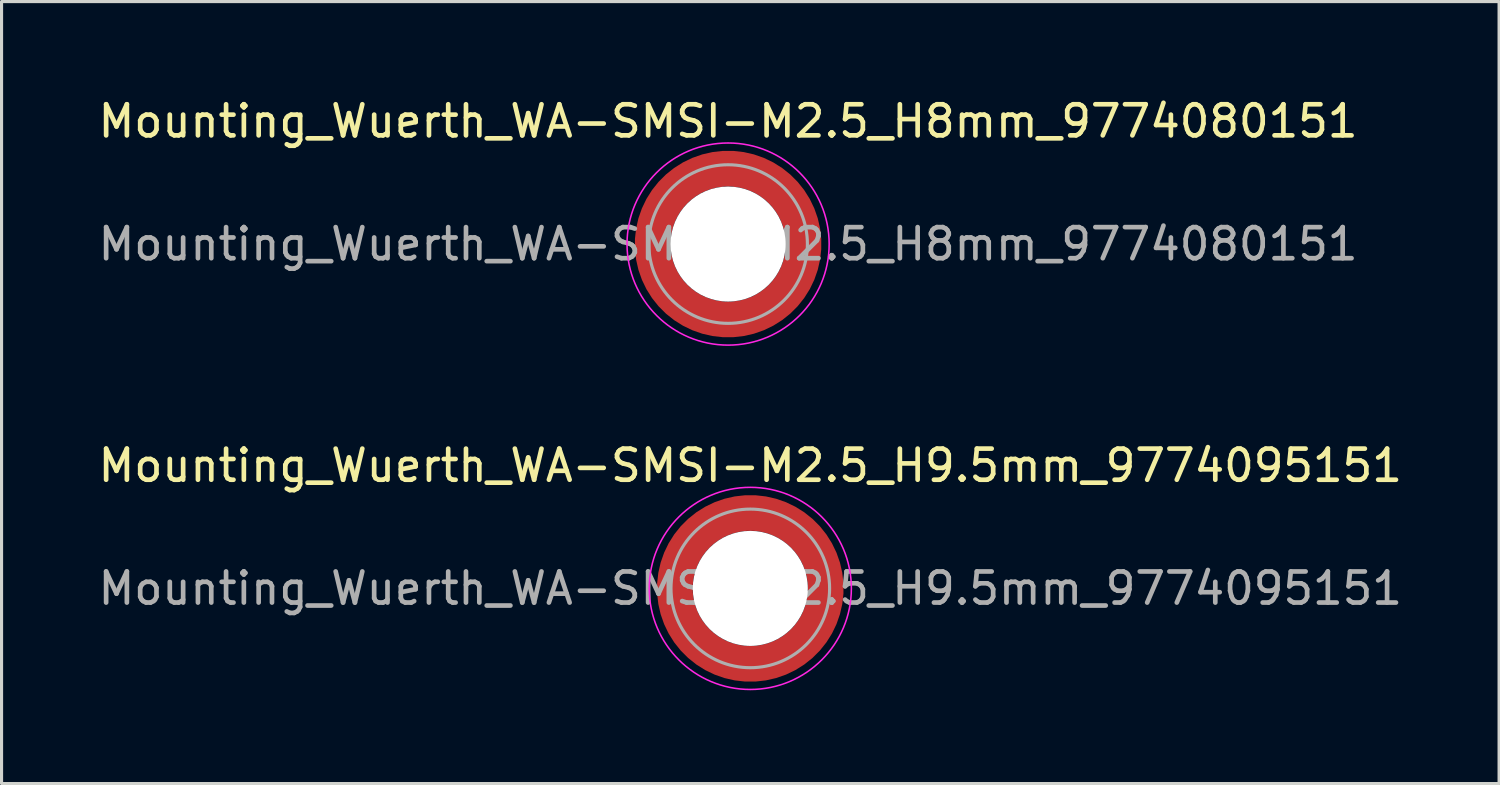
<source format=kicad_pcb>
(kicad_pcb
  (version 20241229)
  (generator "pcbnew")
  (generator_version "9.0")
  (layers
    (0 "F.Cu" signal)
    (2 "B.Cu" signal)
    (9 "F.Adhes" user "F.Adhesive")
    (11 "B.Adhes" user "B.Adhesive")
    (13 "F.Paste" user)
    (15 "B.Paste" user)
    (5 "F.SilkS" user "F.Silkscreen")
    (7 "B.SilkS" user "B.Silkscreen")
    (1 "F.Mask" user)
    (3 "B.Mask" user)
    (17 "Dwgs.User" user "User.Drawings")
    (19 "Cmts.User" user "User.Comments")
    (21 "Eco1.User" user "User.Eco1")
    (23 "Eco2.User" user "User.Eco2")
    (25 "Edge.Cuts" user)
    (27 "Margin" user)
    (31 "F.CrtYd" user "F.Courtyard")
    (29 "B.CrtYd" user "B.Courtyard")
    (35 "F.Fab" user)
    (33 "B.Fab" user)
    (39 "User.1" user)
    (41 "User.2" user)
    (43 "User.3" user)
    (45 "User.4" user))
  (footprint "Mounting_Wuerth_WA-SMSI-M2.5_H9.5mm_9774095151"
    (layer "F.Cu")
    (at 21.077 15.871)
    (property "Reference" "Mounting_Wuerth_WA-SMSI-M2.5_H9.5mm_9774095151" (at 0 -3.95 0) (layer "F.SilkS") (effects (font (size 1 1) (thickness 0.15))))
    (attr smd allow_soldermask_bridges)
    (fp_circle (center 0 0) (end 3.25 0) (stroke (width 0.05) (type solid)) (fill no) (layer "F.CrtYd"))
    (fp_circle (center 0 0) (end 2.55 0) (stroke (width 0.1) (type solid)) (fill no) (layer "F.Fab"))
    (fp_text user "${REFERENCE}" (at 0 0 0) (layer "F.Fab") (effects (font (size 1 1) (thickness 0.15))))
    (pad "" smd custom (at -1.704 -1.704) (size 0.51 0.51) (layers "F.Paste") (options (anchor circle)) (primitives (gr_arc (start -0.250195 1.279127) (mid 0.289914 0.289914) (end 1.279127 -0.250195) (width 0.2)) (gr_arc (start -0.34334 1.279127) (mid 0.225488 0.225488) (end 1.279127 -0.34334) (width 0.2)) (gr_arc (start -0.436309 1.279127) (mid 0.161063 0.161063) (end 1.279127 -0.436309) (width 0.2)) (gr_arc (start -0.529126 1.279127) (mid 0.096638 0.096638) (end 1.279127 -0.529126) (width 0.2)) (gr_arc (start -0.621807 1.279127) (mid 0.032213 0.032213) (end 1.279127 -0.621807) (width 0.2)) (gr_arc (start -0.71437 1.279127) (mid -0.032213 -0.032213) (end 1.279127 -0.71437) (width 0.2)) (gr_arc (start -0.806826 1.279127) (mid -0.096638 -0.096638) (end 1.279127 -0.806826) (width 0.2)) (gr_arc (start -0.899187 1.279127) (mid -0.161063 -0.161063) (end 1.279127 -0.899187) (width 0.2)) (gr_arc (start -0.991463 1.279127) (mid -0.225488 -0.225488) (end 1.279127 -0.991463) (width 0.2)) (gr_arc (start -1.083663 1.279127) (mid -0.289914 -0.289914) (end 1.279127 -1.083663) (width 0.2)) (gr_line (start 1.279 -0.25) (end 1.279 -1.084) (width 0.2)) (gr_line (start -0.25 1.279) (end -1.084 1.279) (width 0.2))))
    (pad "" smd custom (at -1.704 1.704) (size 0.51 0.51) (layers "F.Paste") (options (anchor circle)) (primitives (gr_arc (start 1.279127 0.250195) (mid 0.289914 -0.289914) (end -0.250195 -1.279127) (width 0.2)) (gr_arc (start 1.279127 0.34334) (mid 0.225488 -0.225488) (end -0.34334 -1.279127) (width 0.2)) (gr_arc (start 1.279127 0.436309) (mid 0.161063 -0.161063) (end -0.436309 -1.279127) (width 0.2)) (gr_arc (start 1.279127 0.529126) (mid 0.096638 -0.096638) (end -0.529126 -1.279127) (width 0.2)) (gr_arc (start 1.279127 0.621807) (mid 0.032213 -0.032213) (end -0.621807 -1.279127) (width 0.2)) (gr_arc (start 1.279127 0.71437) (mid -0.032213 0.032213) (end -0.71437 -1.279127) (width 0.2)) (gr_arc (start 1.279127 0.806826) (mid -0.096638 0.096638) (end -0.806826 -1.279127) (width 0.2)) (gr_arc (start 1.279127 0.899187) (mid -0.161063 0.161063) (end -0.899187 -1.279127) (width 0.2)) (gr_arc (start 1.279127 0.991463) (mid -0.225488 0.225488) (end -0.991463 -1.279127) (width 0.2)) (gr_arc (start 1.279127 1.083663) (mid -0.289914 0.289914) (end -1.083663 -1.279127) (width 0.2)) (gr_line (start -0.25 -1.279) (end -1.084 -1.279) (width 0.2)) (gr_line (start 1.279 0.25) (end 1.279 1.084) (width 0.2))))
    (pad "" np_thru_hole circle (at 0 0) (size 3.7 3.7) (drill 3.7) (layers "*.Cu" "*.Mask"))
    (pad "" smd custom (at 1.704 -1.704) (size 0.51 0.51) (layers "F.Paste") (options (anchor circle)) (primitives (gr_arc (start -1.279127 -0.250195) (mid -0.289914 0.289914) (end 0.250195 1.279127) (width 0.2)) (gr_arc (start -1.279127 -0.34334) (mid -0.225488 0.225488) (end 0.34334 1.279127) (width 0.2)) (gr_arc (start -1.279127 -0.436309) (mid -0.161063 0.161063) (end 0.436309 1.279127) (width 0.2)) (gr_arc (start -1.279127 -0.529126) (mid -0.096638 0.096638) (end 0.529126 1.279127) (width 0.2)) (gr_arc (start -1.279127 -0.621807) (mid -0.032213 0.032213) (end 0.621807 1.279127) (width 0.2)) (gr_arc (start -1.279127 -0.71437) (mid 0.032213 -0.032213) (end 0.71437 1.279127) (width 0.2)) (gr_arc (start -1.279127 -0.806826) (mid 0.096638 -0.096638) (end 0.806826 1.279127) (width 0.2)) (gr_arc (start -1.279127 -0.899187) (mid 0.161063 -0.161063) (end 0.899187 1.279127) (width 0.2)) (gr_arc (start -1.279127 -0.991463) (mid 0.225488 -0.225488) (end 0.991463 1.279127) (width 0.2)) (gr_arc (start -1.279127 -1.083663) (mid 0.289914 -0.289914) (end 1.083663 1.279127) (width 0.2)) (gr_line (start 0.25 1.279) (end 1.084 1.279) (width 0.2)) (gr_line (start -1.279 -0.25) (end -1.279 -1.084) (width 0.2))))
    (pad "" smd custom (at 1.704 1.704) (size 0.51 0.51) (layers "F.Paste") (options (anchor circle)) (primitives (gr_arc (start 0.250195 -1.279127) (mid -0.289914 -0.289914) (end -1.279127 0.250195) (width 0.2)) (gr_arc (start 0.34334 -1.279127) (mid -0.225488 -0.225488) (end -1.279127 0.34334) (width 0.2)) (gr_arc (start 0.436309 -1.279127) (mid -0.161063 -0.161063) (end -1.279127 0.436309) (width 0.2)) (gr_arc (start 0.529126 -1.279127) (mid -0.096638 -0.096638) (end -1.279127 0.529126) (width 0.2)) (gr_arc (start 0.621807 -1.279127) (mid -0.032213 -0.032213) (end -1.279127 0.621807) (width 0.2)) (gr_arc (start 0.71437 -1.279127) (mid 0.032213 0.032213) (end -1.279127 0.71437) (width 0.2)) (gr_arc (start 0.806826 -1.279127) (mid 0.096638 0.096638) (end -1.279127 0.806826) (width 0.2)) (gr_arc (start 0.899187 -1.279127) (mid 0.161063 0.161063) (end -1.279127 0.899187) (width 0.2)) (gr_arc (start 0.991463 -1.279127) (mid 0.225488 0.225488) (end -1.279127 0.991463) (width 0.2)) (gr_arc (start 1.083663 -1.279127) (mid 0.289914 0.289914) (end -1.279127 1.083663) (width 0.2)) (gr_line (start -1.279 0.25) (end -1.279 1.084) (width 0.2)) (gr_line (start 0.25 -1.279) (end 1.084 -1.279) (width 0.2))))
    (pad "1" smd circle (at -2.425 0) (size 0.642 0.642) (layers "F.Cu"))
    (pad "1" smd circle (at 0 -2.425) (size 0.642 0.642) (layers "F.Cu"))
    (pad "1" smd circle (at 0 2.425) (size 0.642 0.642) (layers "F.Cu"))
    (pad "1" smd custom (at 2.425 0) (size 1.15 1.15) (layers "F.Cu" "F.Mask") (options (anchor circle)) (primitives (gr_circle (center -2.425 0) (end 0 0) (width 1.15) (fill no)))))
  (footprint "Mounting_Wuerth_WA-SMSI-M2.5_H8mm_9774080151"
    (layer "F.Cu")
    (at 20.363 4.798)
    (property "Reference" "Mounting_Wuerth_WA-SMSI-M2.5_H8mm_9774080151" (at 0 -3.95 0) (layer "F.SilkS") (effects (font (size 1 1) (thickness 0.15))))
    (attr smd allow_soldermask_bridges)
    (fp_circle (center 0 0) (end 3.25 0) (stroke (width 0.05) (type solid)) (fill no) (layer "F.CrtYd"))
    (fp_circle (center 0 0) (end 2.55 0) (stroke (width 0.1) (type solid)) (fill no) (layer "F.Fab"))
    (fp_text user "${REFERENCE}" (at 0 0 0) (layer "F.Fab") (effects (font (size 1 1) (thickness 0.15))))
    (pad "" smd custom (at -1.704 -1.704) (size 0.51 0.51) (layers "F.Paste") (options (anchor circle)) (primitives (gr_arc (start -0.250195 1.279127) (mid 0.289914 0.289914) (end 1.279127 -0.250195) (width 0.2)) (gr_arc (start -0.34334 1.279127) (mid 0.225488 0.225488) (end 1.279127 -0.34334) (width 0.2)) (gr_arc (start -0.436309 1.279127) (mid 0.161063 0.161063) (end 1.279127 -0.436309) (width 0.2)) (gr_arc (start -0.529126 1.279127) (mid 0.096638 0.096638) (end 1.279127 -0.529126) (width 0.2)) (gr_arc (start -0.621807 1.279127) (mid 0.032213 0.032213) (end 1.279127 -0.621807) (width 0.2)) (gr_arc (start -0.71437 1.279127) (mid -0.032213 -0.032213) (end 1.279127 -0.71437) (width 0.2)) (gr_arc (start -0.806826 1.279127) (mid -0.096638 -0.096638) (end 1.279127 -0.806826) (width 0.2)) (gr_arc (start -0.899187 1.279127) (mid -0.161063 -0.161063) (end 1.279127 -0.899187) (width 0.2)) (gr_arc (start -0.991463 1.279127) (mid -0.225488 -0.225488) (end 1.279127 -0.991463) (width 0.2)) (gr_arc (start -1.083663 1.279127) (mid -0.289914 -0.289914) (end 1.279127 -1.083663) (width 0.2)) (gr_line (start 1.279 -0.25) (end 1.279 -1.084) (width 0.2)) (gr_line (start -0.25 1.279) (end -1.084 1.279) (width 0.2))))
    (pad "" smd custom (at -1.704 1.704) (size 0.51 0.51) (layers "F.Paste") (options (anchor circle)) (primitives (gr_arc (start 1.279127 0.250195) (mid 0.289914 -0.289914) (end -0.250195 -1.279127) (width 0.2)) (gr_arc (start 1.279127 0.34334) (mid 0.225488 -0.225488) (end -0.34334 -1.279127) (width 0.2)) (gr_arc (start 1.279127 0.436309) (mid 0.161063 -0.161063) (end -0.436309 -1.279127) (width 0.2)) (gr_arc (start 1.279127 0.529126) (mid 0.096638 -0.096638) (end -0.529126 -1.279127) (width 0.2)) (gr_arc (start 1.279127 0.621807) (mid 0.032213 -0.032213) (end -0.621807 -1.279127) (width 0.2)) (gr_arc (start 1.279127 0.71437) (mid -0.032213 0.032213) (end -0.71437 -1.279127) (width 0.2)) (gr_arc (start 1.279127 0.806826) (mid -0.096638 0.096638) (end -0.806826 -1.279127) (width 0.2)) (gr_arc (start 1.279127 0.899187) (mid -0.161063 0.161063) (end -0.899187 -1.279127) (width 0.2)) (gr_arc (start 1.279127 0.991463) (mid -0.225488 0.225488) (end -0.991463 -1.279127) (width 0.2)) (gr_arc (start 1.279127 1.083663) (mid -0.289914 0.289914) (end -1.083663 -1.279127) (width 0.2)) (gr_line (start -0.25 -1.279) (end -1.084 -1.279) (width 0.2)) (gr_line (start 1.279 0.25) (end 1.279 1.084) (width 0.2))))
    (pad "" np_thru_hole circle (at 0 0) (size 3.7 3.7) (drill 3.7) (layers "*.Cu" "*.Mask"))
    (pad "" smd custom (at 1.704 -1.704) (size 0.51 0.51) (layers "F.Paste") (options (anchor circle)) (primitives (gr_arc (start -1.279127 -0.250195) (mid -0.289914 0.289914) (end 0.250195 1.279127) (width 0.2)) (gr_arc (start -1.279127 -0.34334) (mid -0.225488 0.225488) (end 0.34334 1.279127) (width 0.2)) (gr_arc (start -1.279127 -0.436309) (mid -0.161063 0.161063) (end 0.436309 1.279127) (width 0.2)) (gr_arc (start -1.279127 -0.529126) (mid -0.096638 0.096638) (end 0.529126 1.279127) (width 0.2)) (gr_arc (start -1.279127 -0.621807) (mid -0.032213 0.032213) (end 0.621807 1.279127) (width 0.2)) (gr_arc (start -1.279127 -0.71437) (mid 0.032213 -0.032213) (end 0.71437 1.279127) (width 0.2)) (gr_arc (start -1.279127 -0.806826) (mid 0.096638 -0.096638) (end 0.806826 1.279127) (width 0.2)) (gr_arc (start -1.279127 -0.899187) (mid 0.161063 -0.161063) (end 0.899187 1.279127) (width 0.2)) (gr_arc (start -1.279127 -0.991463) (mid 0.225488 -0.225488) (end 0.991463 1.279127) (width 0.2)) (gr_arc (start -1.279127 -1.083663) (mid 0.289914 -0.289914) (end 1.083663 1.279127) (width 0.2)) (gr_line (start 0.25 1.279) (end 1.084 1.279) (width 0.2)) (gr_line (start -1.279 -0.25) (end -1.279 -1.084) (width 0.2))))
    (pad "" smd custom (at 1.704 1.704) (size 0.51 0.51) (layers "F.Paste") (options (anchor circle)) (primitives (gr_arc (start 0.250195 -1.279127) (mid -0.289914 -0.289914) (end -1.279127 0.250195) (width 0.2)) (gr_arc (start 0.34334 -1.279127) (mid -0.225488 -0.225488) (end -1.279127 0.34334) (width 0.2)) (gr_arc (start 0.436309 -1.279127) (mid -0.161063 -0.161063) (end -1.279127 0.436309) (width 0.2)) (gr_arc (start 0.529126 -1.279127) (mid -0.096638 -0.096638) (end -1.279127 0.529126) (width 0.2)) (gr_arc (start 0.621807 -1.279127) (mid -0.032213 -0.032213) (end -1.279127 0.621807) (width 0.2)) (gr_arc (start 0.71437 -1.279127) (mid 0.032213 0.032213) (end -1.279127 0.71437) (width 0.2)) (gr_arc (start 0.806826 -1.279127) (mid 0.096638 0.096638) (end -1.279127 0.806826) (width 0.2)) (gr_arc (start 0.899187 -1.279127) (mid 0.161063 0.161063) (end -1.279127 0.899187) (width 0.2)) (gr_arc (start 0.991463 -1.279127) (mid 0.225488 0.225488) (end -1.279127 0.991463) (width 0.2)) (gr_arc (start 1.083663 -1.279127) (mid 0.289914 0.289914) (end -1.279127 1.083663) (width 0.2)) (gr_line (start -1.279 0.25) (end -1.279 1.084) (width 0.2)) (gr_line (start 0.25 -1.279) (end 1.084 -1.279) (width 0.2))))
    (pad "1" smd circle (at -2.425 0) (size 0.642 0.642) (layers "F.Cu"))
    (pad "1" smd circle (at 0 -2.425) (size 0.642 0.642) (layers "F.Cu"))
    (pad "1" smd circle (at 0 2.425) (size 0.642 0.642) (layers "F.Cu"))
    (pad "1" smd custom (at 2.425 0) (size 1.15 1.15) (layers "F.Cu" "F.Mask") (options (anchor circle)) (primitives (gr_circle (center -2.425 0) (end 0 0) (width 1.15) (fill no)))))
  (gr_rect
    (start -3 -3)
    (end 45.155 22.146)
    (stroke (width 0.1) (type default))
    (fill no)
    (layer "Edge.Cuts")))
</source>
